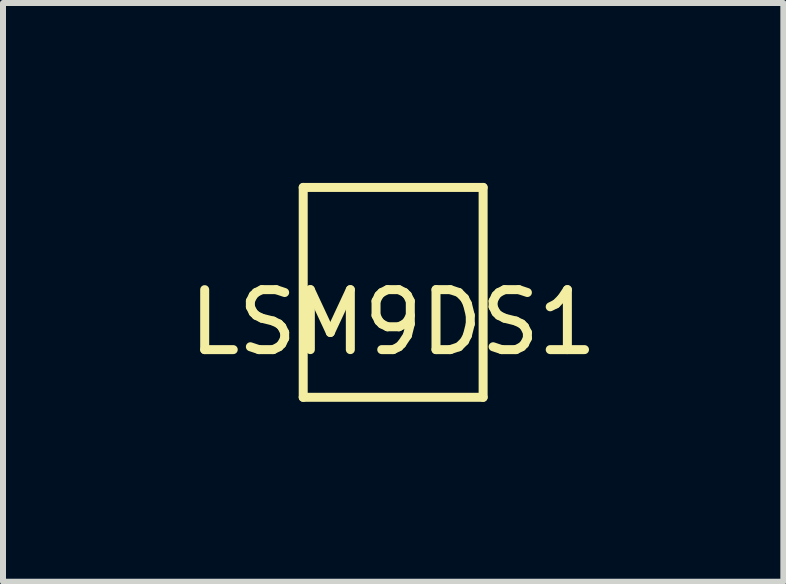
<source format=kicad_pcb>
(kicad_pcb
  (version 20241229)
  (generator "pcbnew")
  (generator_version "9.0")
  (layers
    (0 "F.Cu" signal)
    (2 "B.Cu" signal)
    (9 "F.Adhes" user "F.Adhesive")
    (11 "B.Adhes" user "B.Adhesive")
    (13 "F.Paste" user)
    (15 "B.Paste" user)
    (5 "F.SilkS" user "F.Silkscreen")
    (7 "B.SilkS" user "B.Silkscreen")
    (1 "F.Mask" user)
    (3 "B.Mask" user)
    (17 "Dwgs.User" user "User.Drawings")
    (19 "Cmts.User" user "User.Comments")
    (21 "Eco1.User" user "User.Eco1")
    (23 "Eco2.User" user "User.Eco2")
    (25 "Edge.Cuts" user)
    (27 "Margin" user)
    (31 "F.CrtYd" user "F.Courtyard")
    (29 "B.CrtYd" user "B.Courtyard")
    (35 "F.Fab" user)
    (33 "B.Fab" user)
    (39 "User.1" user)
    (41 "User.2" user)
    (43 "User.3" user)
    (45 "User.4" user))
  (footprint "LSM9DS1"
    (layer "F.Cu")
    (at 3.506 1.825)
    (property "Reference" "LSM9DS1" (at 0 0.5 0) (layer "F.SilkS") (effects (font (size 1 1) (thickness 0.15))))
    (attr through_hole)
    (fp_line (start -1.5 -1.75) (end -1.5 1.75) (stroke (width 0.15) (type solid)) (layer "F.SilkS"))
    (fp_line (start -1.5 1.75) (end 1.5 1.75) (stroke (width 0.15) (type solid)) (layer "F.SilkS"))
    (fp_line (start 1.5 -1.75) (end -1.5 -1.75) (stroke (width 0.15) (type solid)) (layer "F.SilkS"))
    (fp_line (start 1.5 1.75) (end 1.5 -1.75) (stroke (width 0.15) (type solid)) (layer "F.SilkS")))
  (gr_rect
    (start -3 -3)
    (end 10.012 6.65)
    (stroke (width 0.1) (type default))
    (fill no)
    (layer "Edge.Cuts")))
</source>
